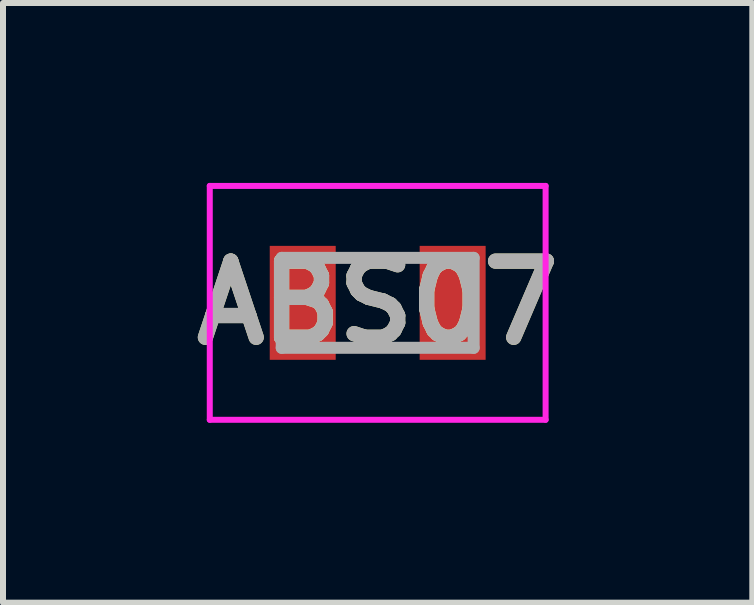
<source format=kicad_pcb>
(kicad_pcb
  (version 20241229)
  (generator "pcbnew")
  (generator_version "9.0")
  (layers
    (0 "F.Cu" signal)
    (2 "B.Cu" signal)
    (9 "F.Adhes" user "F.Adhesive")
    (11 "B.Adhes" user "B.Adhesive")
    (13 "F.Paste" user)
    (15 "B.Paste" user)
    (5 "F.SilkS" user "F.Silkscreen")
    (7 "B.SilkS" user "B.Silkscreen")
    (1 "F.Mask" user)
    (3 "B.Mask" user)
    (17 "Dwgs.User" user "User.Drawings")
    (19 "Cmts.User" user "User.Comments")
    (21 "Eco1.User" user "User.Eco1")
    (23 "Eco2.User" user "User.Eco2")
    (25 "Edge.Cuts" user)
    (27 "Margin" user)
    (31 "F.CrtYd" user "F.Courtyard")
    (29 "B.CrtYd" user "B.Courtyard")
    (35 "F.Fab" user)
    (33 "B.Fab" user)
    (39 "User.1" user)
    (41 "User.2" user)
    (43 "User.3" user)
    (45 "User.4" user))
  (footprint "ABS07"
    (layer "F.Cu")
    (at 3.248 2)
    (property "Reference" "ABS07" (at 0 0 0) (layer "F.SilkS") (effects (font (size 1.27 1.27) (thickness 0.254))))
    (attr smd)
    (fp_line (start -0.4 -0.75) (end 0.4 -0.75) (stroke (width 0.1) (type solid)) (layer "F.SilkS"))
    (fp_line (start -0.4 0.75) (end 0.4 0.75) (stroke (width 0.1) (type solid)) (layer "F.SilkS"))
    (fp_line (start -2.8 -1.95) (end 2.8 -1.95) (stroke (width 0.1) (type solid)) (layer "F.CrtYd"))
    (fp_line (start -2.8 1.95) (end -2.8 -1.95) (stroke (width 0.1) (type solid)) (layer "F.CrtYd"))
    (fp_line (start 2.8 -1.95) (end 2.8 1.95) (stroke (width 0.1) (type solid)) (layer "F.CrtYd"))
    (fp_line (start 2.8 1.95) (end -2.8 1.95) (stroke (width 0.1) (type solid)) (layer "F.CrtYd"))
    (fp_line (start -1.6 -0.75) (end 1.6 -0.75) (stroke (width 0.2) (type solid)) (layer "F.Fab"))
    (fp_line (start -1.6 0.75) (end -1.6 -0.75) (stroke (width 0.2) (type solid)) (layer "F.Fab"))
    (fp_line (start 1.6 -0.75) (end 1.6 0.75) (stroke (width 0.2) (type solid)) (layer "F.Fab"))
    (fp_line (start 1.6 0.75) (end -1.6 0.75) (stroke (width 0.2) (type solid)) (layer "F.Fab"))
    (fp_text user "${REFERENCE}" (at 0 0 0) (layer "F.Fab") (effects (font (size 1.27 1.27) (thickness 0.254))))
    (pad "1" smd rect (at -1.25 0) (size 1.1 1.9) (layers "F.Cu" "F.Mask" "F.Paste"))
    (pad "2" smd rect (at 1.25 0) (size 1.1 1.9) (layers "F.Cu" "F.Mask" "F.Paste")))
  (gr_rect
    (start -3 -3)
    (end 9.495 7)
    (stroke (width 0.1) (type default))
    (fill no)
    (layer "Edge.Cuts")))
</source>
